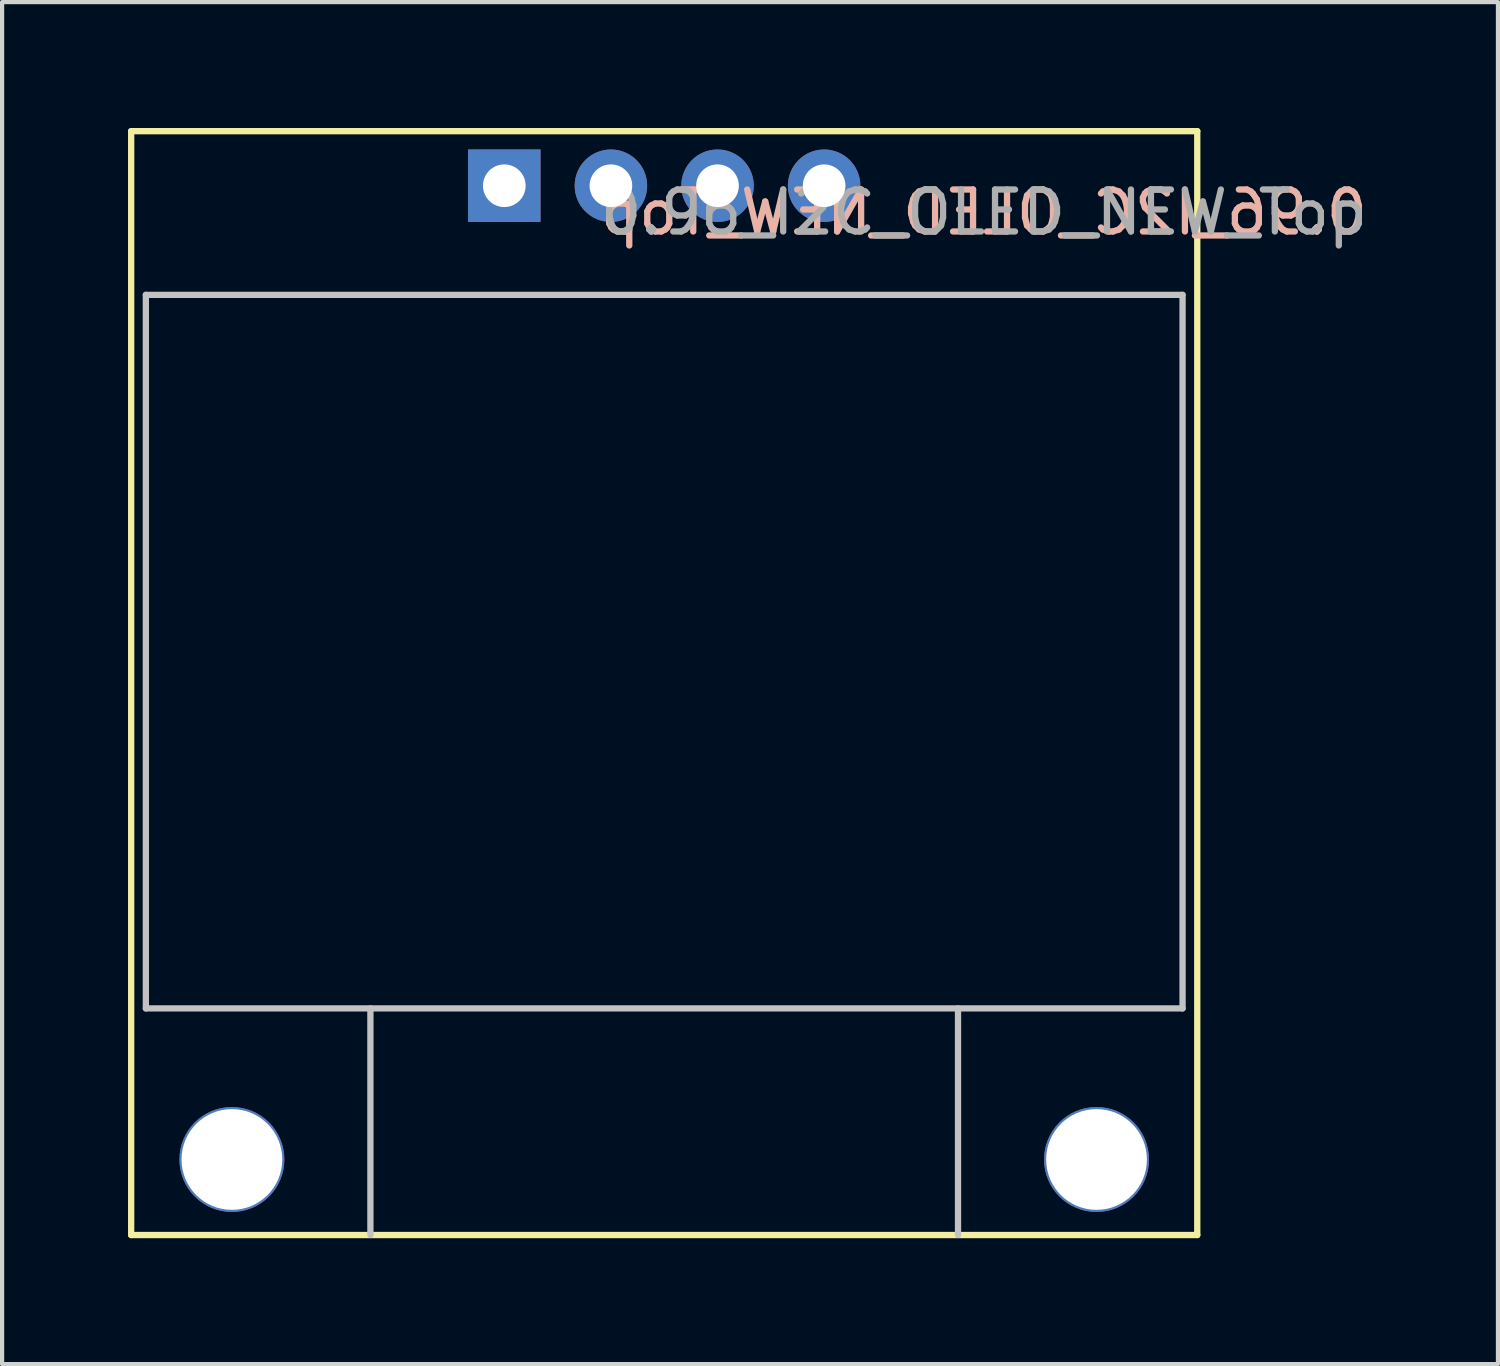
<source format=kicad_pcb>
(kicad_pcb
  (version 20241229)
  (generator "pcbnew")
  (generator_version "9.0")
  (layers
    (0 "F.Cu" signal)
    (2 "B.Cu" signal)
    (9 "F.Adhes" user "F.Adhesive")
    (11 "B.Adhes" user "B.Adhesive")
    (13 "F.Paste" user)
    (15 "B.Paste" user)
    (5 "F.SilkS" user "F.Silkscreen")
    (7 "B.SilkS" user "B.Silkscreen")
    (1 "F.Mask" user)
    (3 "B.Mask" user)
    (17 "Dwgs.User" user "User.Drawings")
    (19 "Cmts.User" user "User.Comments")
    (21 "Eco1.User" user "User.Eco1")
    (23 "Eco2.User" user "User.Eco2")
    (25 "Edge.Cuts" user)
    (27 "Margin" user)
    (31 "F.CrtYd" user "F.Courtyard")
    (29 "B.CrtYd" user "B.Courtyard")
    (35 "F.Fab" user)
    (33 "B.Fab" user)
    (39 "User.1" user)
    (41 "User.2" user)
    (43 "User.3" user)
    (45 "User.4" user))
  (footprint "0.96_I2C_OLED_NEW_Top"
    (layer "F.Cu")
    (at 12.775 1.375)
    (property "Reference" "0.96_I2C_OLED_NEW_Top" (at 7.62 0.635 0) (layer "B.SilkS") (effects (font (size 1 1) (thickness 0.15)) (justify mirror)))
    (attr through_hole)
    (fp_line (start -12.7 -1.3) (end -12.7 25) (stroke (width 0.15) (type solid)) (layer "F.SilkS"))
    (fp_line (start -12.7 -1.3) (end 12.7 -1.3) (stroke (width 0.15) (type solid)) (layer "F.SilkS"))
    (fp_line (start -12.7 25) (end 12.7 25) (stroke (width 0.15) (type solid)) (layer "F.SilkS"))
    (fp_line (start 12.7 25) (end 12.7 -1.3) (stroke (width 0.15) (type solid)) (layer "F.SilkS"))
    (fp_line (start -12.35 2.6) (end -12.35 19.6) (stroke (width 0.15) (type solid)) (layer "Dwgs.User"))
    (fp_line (start -12.35 19.6) (end 12.35 19.6) (stroke (width 0.15) (type solid)) (layer "Dwgs.User"))
    (fp_line (start -7 19.6) (end -7 25) (stroke (width 0.15) (type solid)) (layer "Dwgs.User"))
    (fp_line (start 7 19.6) (end 7 25) (stroke (width 0.15) (type solid)) (layer "Dwgs.User"))
    (fp_line (start 12.35 2.6) (end -12.35 2.6) (stroke (width 0.15) (type solid)) (layer "Dwgs.User"))
    (fp_line (start 12.35 19.6) (end 12.35 2.6) (stroke (width 0.15) (type solid)) (layer "Dwgs.User"))
    (fp_text user "${REFERENCE}" (at 7.62 0.635 180) (layer "F.Fab") (effects (font (size 1 1) (thickness 0.15))))
    (pad "" np_thru_hole circle (at -10.3 23.2) (size 2.5 2.5) (drill 2.4) (layers "*.Cu" "*.Mask"))
    (pad "" np_thru_hole circle (at 10.3 23.2) (size 2.5 2.5) (drill 2.4) (layers "*.Cu" "*.Mask"))
    (pad "1" thru_hole rect (at -3.81 0) (size 1.727 1.727) (drill 1.016) (layers "*.Cu" "*.Mask"))
    (pad "2" thru_hole circle (at -1.27 0) (size 1.727 1.727) (drill 1.016) (layers "*.Cu" "*.Mask"))
    (pad "3" thru_hole circle (at 1.27 0) (size 1.727 1.727) (drill 1.016) (layers "*.Cu" "*.Mask"))
    (pad "4" thru_hole circle (at 3.81 0) (size 1.727 1.727) (drill 1.016) (layers "*.Cu" "*.Mask")))
  (gr_rect
    (start -3 -3)
    (end 32.639 29.45)
    (stroke (width 0.1) (type default))
    (fill no)
    (layer "Edge.Cuts")))
</source>
